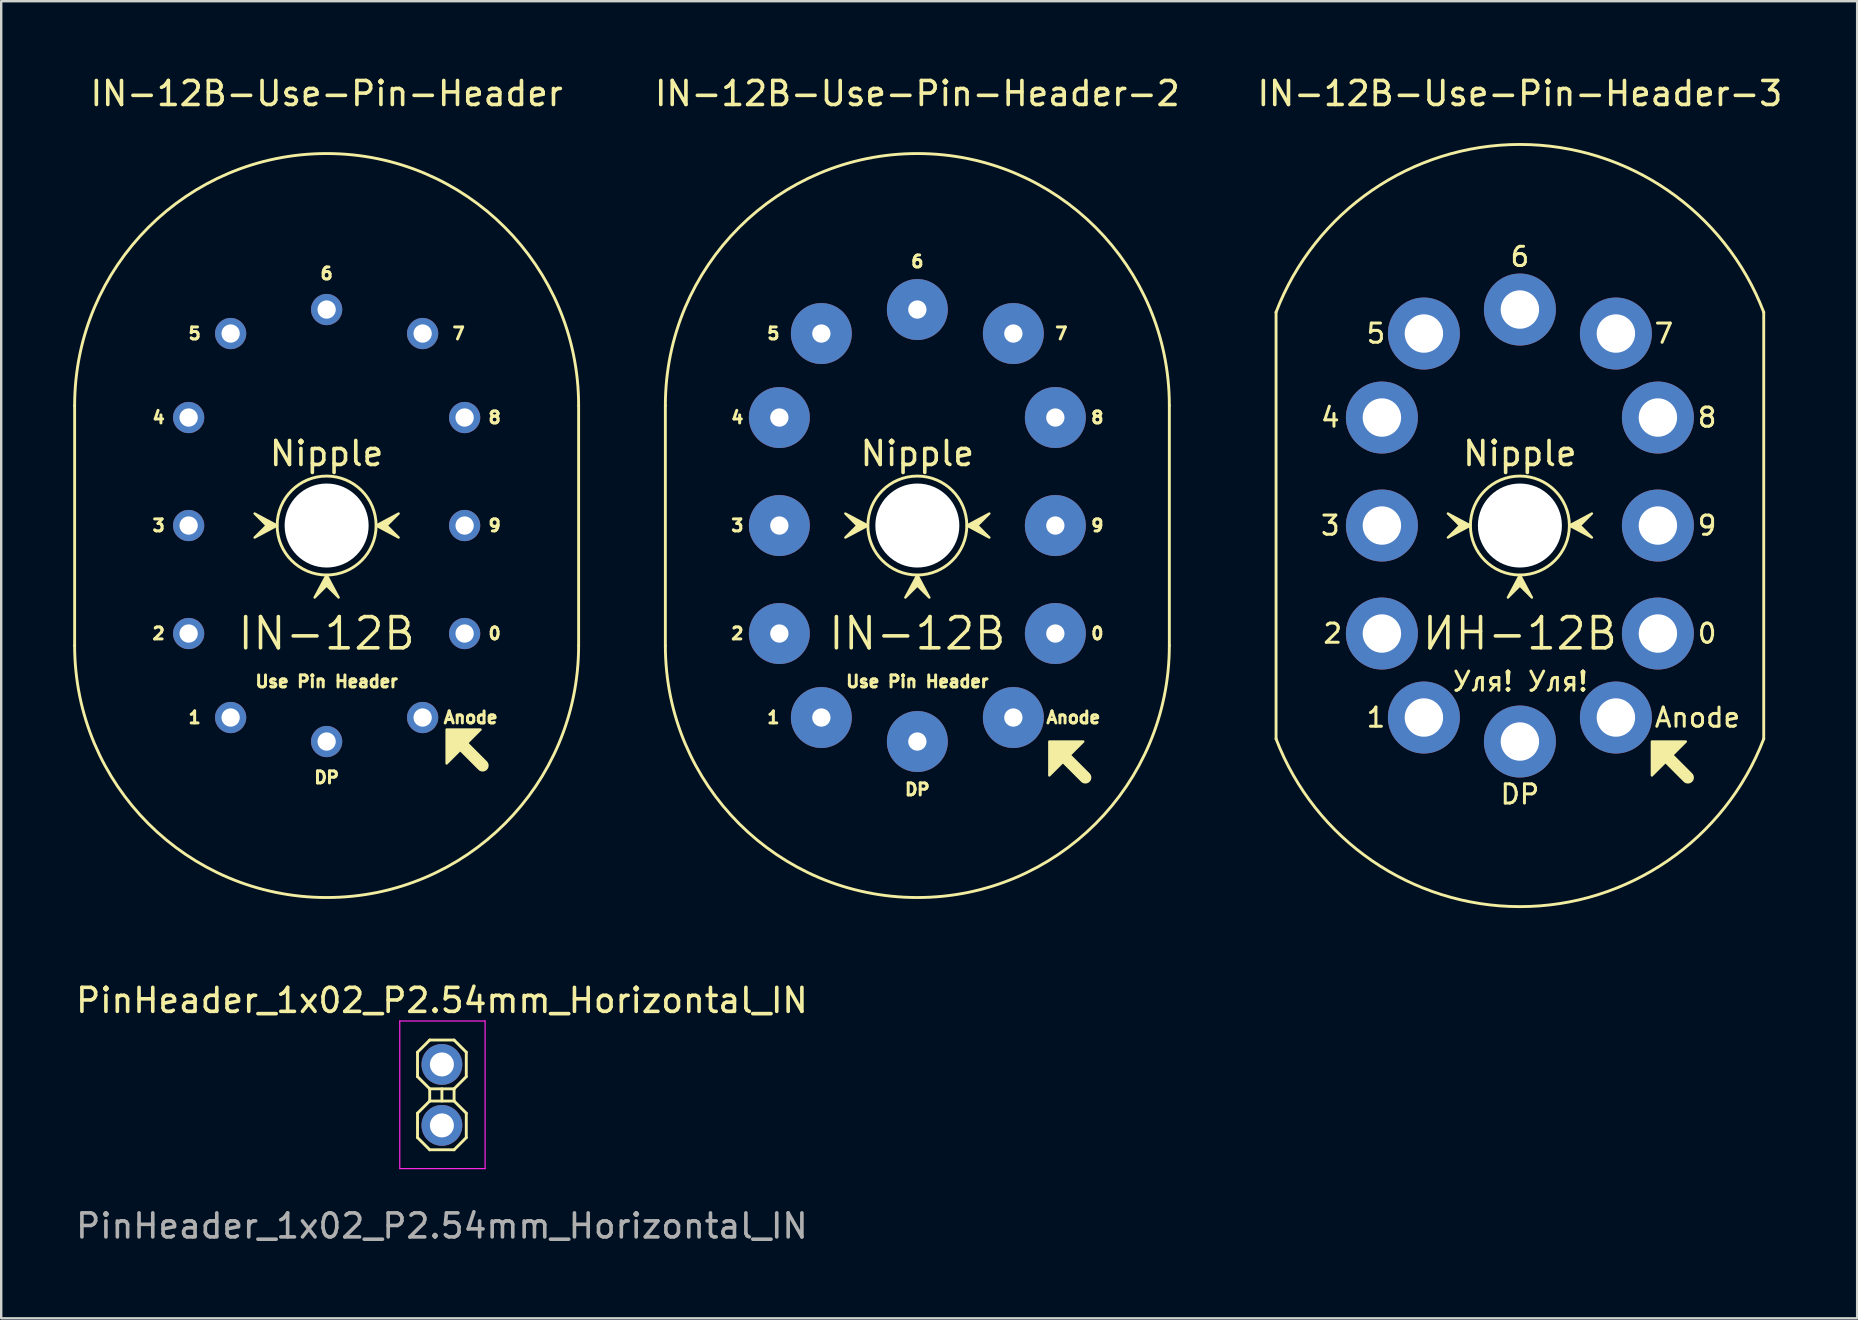
<source format=kicad_pcb>
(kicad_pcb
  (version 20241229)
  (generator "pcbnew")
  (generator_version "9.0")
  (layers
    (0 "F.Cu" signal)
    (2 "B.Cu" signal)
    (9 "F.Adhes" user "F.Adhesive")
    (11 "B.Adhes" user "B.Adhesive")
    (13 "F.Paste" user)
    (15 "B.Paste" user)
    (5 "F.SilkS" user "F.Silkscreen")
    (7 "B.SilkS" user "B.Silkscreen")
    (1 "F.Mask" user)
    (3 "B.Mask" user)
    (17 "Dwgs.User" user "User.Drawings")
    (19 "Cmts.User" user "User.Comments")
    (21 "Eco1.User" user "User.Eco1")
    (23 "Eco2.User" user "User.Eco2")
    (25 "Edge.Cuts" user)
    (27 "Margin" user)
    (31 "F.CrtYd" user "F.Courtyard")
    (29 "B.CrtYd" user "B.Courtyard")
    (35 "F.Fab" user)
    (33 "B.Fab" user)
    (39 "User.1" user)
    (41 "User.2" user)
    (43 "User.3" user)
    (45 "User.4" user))
  (footprint "PinHeader_1x02_P2.54mm_Horizontal_IN"
    (layer "F.Cu")
    (at 15.363 41.303)
    (property "Reference" "PinHeader_1x02_P2.54mm_Horizontal_IN" (at 0 -2.667 180) (layer "F.SilkS") (effects (font (size 1 1) (thickness 0.15))))
    (attr through_hole)
    (fp_line (start -1.016 -0.508) (end -0.508 -1.016) (stroke (width 0.12) (type solid)) (layer "F.SilkS"))
    (fp_line (start -1.016 0.508) (end -1.016 -0.508) (stroke (width 0.12) (type solid)) (layer "F.SilkS"))
    (fp_line (start -1.016 2.032) (end -0.508 1.524) (stroke (width 0.12) (type solid)) (layer "F.SilkS"))
    (fp_line (start -1.016 3.048) (end -1.016 2.032) (stroke (width 0.12) (type solid)) (layer "F.SilkS"))
    (fp_line (start -1.016 3.048) (end -0.508 3.556) (stroke (width 0.12) (type solid)) (layer "F.SilkS"))
    (fp_line (start -0.508 -1.016) (end 0.508 -1.016) (stroke (width 0.12) (type solid)) (layer "F.SilkS"))
    (fp_line (start -0.508 1.016) (end -1.016 0.508) (stroke (width 0.12) (type solid)) (layer "F.SilkS"))
    (fp_line (start -0.508 1.524) (end -0.508 1.016) (stroke (width 0.12) (type solid)) (layer "F.SilkS"))
    (fp_line (start 0 1.524) (end 0 1.016) (stroke (width 0.12) (type solid)) (layer "F.SilkS"))
    (fp_line (start 0.508 -1.016) (end 1.016 -0.508) (stroke (width 0.12) (type solid)) (layer "F.SilkS"))
    (fp_line (start 0.508 1.016) (end -0.508 1.016) (stroke (width 0.12) (type solid)) (layer "F.SilkS"))
    (fp_line (start 0.508 1.524) (end -0.508 1.524) (stroke (width 0.12) (type solid)) (layer "F.SilkS"))
    (fp_line (start 0.508 1.524) (end 0.508 1.016) (stroke (width 0.12) (type solid)) (layer "F.SilkS"))
    (fp_line (start 0.508 1.524) (end 1.016 2.032) (stroke (width 0.12) (type solid)) (layer "F.SilkS"))
    (fp_line (start 0.508 3.556) (end -0.508 3.556) (stroke (width 0.12) (type solid)) (layer "F.SilkS"))
    (fp_line (start 1.016 -0.508) (end 1.016 0.508) (stroke (width 0.12) (type solid)) (layer "F.SilkS"))
    (fp_line (start 1.016 0.508) (end 0.508 1.016) (stroke (width 0.12) (type solid)) (layer "F.SilkS"))
    (fp_line (start 1.016 3.048) (end 0.508 3.556) (stroke (width 0.12) (type solid)) (layer "F.SilkS"))
    (fp_line (start 1.016 3.048) (end 1.016 2.032) (stroke (width 0.12) (type solid)) (layer "F.SilkS"))
    (fp_line (start -1.756 4.34) (end -1.756 -1.81) (stroke (width 0.05) (type solid)) (layer "F.CrtYd"))
    (fp_line (start 1.8 -1.81) (end -1.756 -1.81) (stroke (width 0.05) (type solid)) (layer "F.CrtYd"))
    (fp_line (start 1.8 4.34) (end -1.756 4.34) (stroke (width 0.05) (type solid)) (layer "F.CrtYd"))
    (fp_line (start 1.8 4.34) (end 1.8 -1.81) (stroke (width 0.05) (type solid)) (layer "F.CrtYd"))
    (fp_text user "${REFERENCE}" (at 0 6.731 0) (layer "F.Fab") (effects (font (size 1 1) (thickness 0.15))))
    (pad "1" thru_hole oval (at 0 0 180) (size 1.7 1.7) (drill 1) (layers "*.Cu" "*.Mask"))
    (pad "2" thru_hole circle (at 0 2.54 180) (size 1.7 1.7) (drill 1) (layers "*.Cu" "*.Mask")))
  (footprint "IN-12B-Use-Pin-Header-3"
    (layer "F.Cu")
    (at 60.281 18.848)
    (property "Reference" "IN-12B-Use-Pin-Header-3" (at 0 -18 0) (layer "F.SilkS") (effects (font (size 1 1) (thickness 0.15))))
    (attr through_hole)
    (fp_line (start -10.16 -8.89) (end -10.16 8.89) (stroke (width 0.12) (type solid)) (layer "F.SilkS"))
    (fp_line (start 6 9.5) (end 7 10.5) (stroke (width 0.5) (type solid)) (layer "F.SilkS"))
    (fp_line (start 10.16 -8.89) (end 10.16 8.89) (stroke (width 0.12) (type solid)) (layer "F.SilkS"))
    (fp_arc (start -10.16 -8.889999) (mid 0 -15.879232) (end 10.16 -8.89) (stroke (width 0.12) (type solid)) (layer "F.SilkS"))
    (fp_arc (start 10.16 8.89) (mid 0 15.879233) (end -10.16 8.89) (stroke (width 0.12) (type solid)) (layer "F.SilkS"))
    (fp_circle (center 0 0) (end 2 0.5) (stroke (width 0.12) (type solid)) (fill no) (layer "F.SilkS"))
    (fp_poly (pts (xy -2.062 0) (xy -2.5 0) (xy -3 -0.5)) (stroke (width 0.1) (type solid)) (fill yes) (layer "F.SilkS"))
    (fp_poly (pts (xy -2.062 0) (xy -2.5 0) (xy -3 0.5)) (stroke (width 0.1) (type solid)) (fill yes) (layer "F.SilkS"))
    (fp_poly (pts (xy 0 2.062) (xy 0 2.5) (xy -0.5 3)) (stroke (width 0.1) (type solid)) (fill yes) (layer "F.SilkS"))
    (fp_poly (pts (xy 0 2.062) (xy 0 2.5) (xy 0.5 3)) (stroke (width 0.1) (type solid)) (fill yes) (layer "F.SilkS"))
    (fp_poly (pts (xy 2.062 0) (xy 2.5 0) (xy 3 0.5)) (stroke (width 0.1) (type solid)) (fill yes) (layer "F.SilkS"))
    (fp_poly (pts (xy 2.062 0) (xy 3 -0.5) (xy 2.5 0)) (stroke (width 0.1) (type solid)) (fill yes) (layer "F.SilkS"))
    (fp_poly (pts (xy 5.5 9) (xy 5.5 10.414) (xy 6.914 9)) (stroke (width 0.1) (type solid)) (fill yes) (layer "F.SilkS"))
    (fp_text user "Уля! Уля!" (at 0 6.5 0) (layer "F.SilkS") (effects (font (size 0.8 0.8) (thickness 0.125))))
    (fp_text user "0" (at 7.8 4.5 0) (layer "F.SilkS") (effects (font (size 0.8 0.8) (thickness 0.125))))
    (fp_text user "1" (at -6 8 0) (layer "F.SilkS") (effects (font (size 0.8 0.8) (thickness 0.125))))
    (fp_text user "8" (at 7.8 -4.5 0) (layer "F.SilkS") (effects (font (size 0.8 0.8) (thickness 0.125))))
    (fp_text user "Nipple" (at 0 -3 0) (layer "F.SilkS") (effects (font (size 1 1) (thickness 0.15))))
    (fp_text user "DP" (at 0 11.2 0) (layer "F.SilkS") (effects (font (size 0.8 0.8) (thickness 0.125))))
    (fp_text user "5" (at -6 -8 0) (layer "F.SilkS") (effects (font (size 0.8 0.8) (thickness 0.125))))
    (fp_text user "7" (at 6 -8 0) (layer "F.SilkS") (effects (font (size 0.8 0.8) (thickness 0.125))))
    (fp_text user "2" (at -7.8 4.5 0) (layer "F.SilkS") (effects (font (size 0.8 0.8) (thickness 0.125))))
    (fp_text user "3" (at -7.9 0 0) (layer "F.SilkS") (effects (font (size 0.8 0.8) (thickness 0.125))))
    (fp_text user "9" (at 7.8 0 0) (layer "F.SilkS") (effects (font (size 0.8 0.8) (thickness 0.125))))
    (fp_text user "Anode" (at 7.4 8 0) (layer "F.SilkS") (effects (font (size 0.8 0.8) (thickness 0.125))))
    (fp_text user "ИН-12B" (at 0 4.5 0) (layer "F.SilkS") (effects (font (size 1.3 1.3) (thickness 0.15))))
    (fp_text user "4" (at -7.9 -4.5 0) (layer "F.SilkS") (effects (font (size 0.8 0.8) (thickness 0.125))))
    (fp_text user "6" (at 0 -11.2 0) (layer "F.SilkS") (effects (font (size 0.8 0.8) (thickness 0.125))))
    (pad "" np_thru_hole circle (at 0 0) (size 3.5 3.5) (drill 3.5) (layers "*.Cu" "*.Mask"))
    (pad "1" thru_hole circle (at 4 8) (size 3 3) (drill 1.6) (layers "*.Cu" "*.Mask"))
    (pad "2" thru_hole circle (at 5.75 4.5) (size 3 3) (drill 1.6) (layers "*.Cu" "*.Mask"))
    (pad "3" thru_hole circle (at 5.75 0) (size 3 3) (drill 1.6) (layers "*.Cu" "*.Mask"))
    (pad "4" thru_hole circle (at 5.75 -4.5) (size 3 3) (drill 1.6) (layers "*.Cu" "*.Mask"))
    (pad "5" thru_hole circle (at 4 -8) (size 3 3) (drill 1.6) (layers "*.Cu" "*.Mask"))
    (pad "6" thru_hole circle (at 0 -9) (size 3 3) (drill 1.6) (layers "*.Cu" "*.Mask"))
    (pad "7" thru_hole circle (at -4 -8) (size 3 3) (drill 1.6) (layers "*.Cu" "*.Mask"))
    (pad "8" thru_hole circle (at -5.75 -4.5) (size 3 3) (drill 1.6) (layers "*.Cu" "*.Mask"))
    (pad "9" thru_hole circle (at -5.75 0) (size 3 3) (drill 1.6) (layers "*.Cu" "*.Mask"))
    (pad "10" thru_hole circle (at -5.75 4.5) (size 3 3) (drill 1.6) (layers "*.Cu" "*.Mask"))
    (pad "11" thru_hole circle (at -4 8) (size 3 3) (drill 1.6) (layers "*.Cu" "*.Mask"))
    (pad "12" thru_hole circle (at 0 9) (size 3 3) (drill 1.6) (layers "*.Cu" "*.Mask")))
  (footprint "IN-12B-Use-Pin-Header-2"
    (layer "F.Cu")
    (at 35.174 18.848)
    (property "Reference" "IN-12B-Use-Pin-Header-2" (at 0 -18 0) (layer "F.SilkS") (effects (font (size 1 1) (thickness 0.15))))
    (attr through_hole)
    (fp_line (start -10.5 -5) (end -10.5 5) (stroke (width 0.12) (type solid)) (layer "F.SilkS"))
    (fp_line (start 6 9.5) (end 7 10.5) (stroke (width 0.5) (type solid)) (layer "F.SilkS"))
    (fp_line (start 10.5 -5) (end 10.5 5) (stroke (width 0.12) (type solid)) (layer "F.SilkS"))
    (fp_arc (start -10.5 -5) (mid 0 -15.5) (end 10.5 -5) (stroke (width 0.12) (type solid)) (layer "F.SilkS"))
    (fp_arc (start 10.5 5) (mid 0 15.5) (end -10.5 5) (stroke (width 0.12) (type solid)) (layer "F.SilkS"))
    (fp_circle (center 0 0) (end 2 0.5) (stroke (width 0.12) (type solid)) (fill no) (layer "F.SilkS"))
    (fp_poly (pts (xy -2.062 0) (xy -2.5 0) (xy -3 -0.5)) (stroke (width 0.1) (type solid)) (fill yes) (layer "F.SilkS"))
    (fp_poly (pts (xy -2.062 0) (xy -2.5 0) (xy -3 0.5)) (stroke (width 0.1) (type solid)) (fill yes) (layer "F.SilkS"))
    (fp_poly (pts (xy 0 2.062) (xy 0 2.5) (xy -0.5 3)) (stroke (width 0.1) (type solid)) (fill yes) (layer "F.SilkS"))
    (fp_poly (pts (xy 0 2.062) (xy 0 2.5) (xy 0.5 3)) (stroke (width 0.1) (type solid)) (fill yes) (layer "F.SilkS"))
    (fp_poly (pts (xy 2.062 0) (xy 2.5 0) (xy 3 0.5)) (stroke (width 0.1) (type solid)) (fill yes) (layer "F.SilkS"))
    (fp_poly (pts (xy 2.062 0) (xy 3 -0.5) (xy 2.5 0)) (stroke (width 0.1) (type solid)) (fill yes) (layer "F.SilkS"))
    (fp_poly (pts (xy 5.5 9) (xy 5.5 10.414) (xy 6.914 9)) (stroke (width 0.1) (type solid)) (fill yes) (layer "F.SilkS"))
    (fp_text user "6" (at 0 -11 0) (layer "F.SilkS") (effects (font (size 0.5 0.5) (thickness 0.125))))
    (fp_text user "0" (at 7.5 4.5 0) (layer "F.SilkS") (effects (font (size 0.5 0.5) (thickness 0.125))))
    (fp_text user "Anode" (at 6.5 8 0) (layer "F.SilkS") (effects (font (size 0.5 0.5) (thickness 0.125))))
    (fp_text user "3" (at -7.5 0 0) (layer "F.SilkS") (effects (font (size 0.5 0.5) (thickness 0.125))))
    (fp_text user "Use Pin Header" (at 0 6.5 0) (layer "F.SilkS") (effects (font (size 0.5 0.5) (thickness 0.125))))
    (fp_text user "2" (at -7.5 4.5 0) (layer "F.SilkS") (effects (font (size 0.5 0.5) (thickness 0.125))))
    (fp_text user "1" (at -6 8 0) (layer "F.SilkS") (effects (font (size 0.5 0.5) (thickness 0.125))))
    (fp_text user "IN-12B" (at 0 4.5 0) (layer "F.SilkS") (effects (font (size 1.3 1.3) (thickness 0.15))))
    (fp_text user "DP" (at 0 11 0) (layer "F.SilkS") (effects (font (size 0.5 0.5) (thickness 0.125))))
    (fp_text user "8" (at 7.5 -4.5 0) (layer "F.SilkS") (effects (font (size 0.5 0.5) (thickness 0.125))))
    (fp_text user "9" (at 7.5 0 0) (layer "F.SilkS") (effects (font (size 0.5 0.5) (thickness 0.125))))
    (fp_text user "Nipple" (at 0 -3 0) (layer "F.SilkS") (effects (font (size 1 1) (thickness 0.15))))
    (fp_text user "7" (at 6 -8 0) (layer "F.SilkS") (effects (font (size 0.5 0.5) (thickness 0.125))))
    (fp_text user "4" (at -7.5 -4.5 0) (layer "F.SilkS") (effects (font (size 0.5 0.5) (thickness 0.125))))
    (fp_text user "5" (at -6 -8 0) (layer "F.SilkS") (effects (font (size 0.5 0.5) (thickness 0.125))))
    (pad "" np_thru_hole circle (at 0 0) (size 3.5 3.5) (drill 3.5) (layers "*.Cu" "*.Mask"))
    (pad "1" thru_hole circle (at 4 8) (size 2.54 2.54) (drill 0.762) (layers "*.Cu" "*.Mask"))
    (pad "2" thru_hole circle (at 5.75 4.5) (size 2.54 2.54) (drill 0.762) (layers "*.Cu" "*.Mask"))
    (pad "3" thru_hole circle (at 5.75 0) (size 2.54 2.54) (drill 0.762) (layers "*.Cu" "*.Mask"))
    (pad "4" thru_hole circle (at 5.75 -4.5) (size 2.54 2.54) (drill 0.762) (layers "*.Cu" "*.Mask"))
    (pad "5" thru_hole circle (at 4 -8) (size 2.54 2.54) (drill 0.762) (layers "*.Cu" "*.Mask"))
    (pad "6" thru_hole circle (at 0 -9) (size 2.54 2.54) (drill 0.762) (layers "*.Cu" "*.Mask"))
    (pad "7" thru_hole circle (at -4 -8) (size 2.54 2.54) (drill 0.762) (layers "*.Cu" "*.Mask"))
    (pad "8" thru_hole circle (at -5.75 -4.5) (size 2.54 2.54) (drill 0.762) (layers "*.Cu" "*.Mask"))
    (pad "9" thru_hole circle (at -5.75 0) (size 2.54 2.54) (drill 0.762) (layers "*.Cu" "*.Mask"))
    (pad "10" thru_hole circle (at -5.75 4.5) (size 2.54 2.54) (drill 0.762) (layers "*.Cu" "*.Mask"))
    (pad "11" thru_hole circle (at -4 8) (size 2.54 2.54) (drill 0.762) (layers "*.Cu" "*.Mask"))
    (pad "12" thru_hole circle (at 0 9) (size 2.54 2.54) (drill 0.762) (layers "*.Cu" "*.Mask")))
  (footprint "IN-12B-Use-Pin-Header"
    (layer "F.Cu")
    (at 10.56 18.848)
    (property "Reference" "IN-12B-Use-Pin-Header" (at 0 -18 0) (layer "F.SilkS") (effects (font (size 1 1) (thickness 0.15))))
    (attr through_hole)
    (fp_line (start -10.5 -5) (end -10.5 5) (stroke (width 0.12) (type solid)) (layer "F.SilkS"))
    (fp_line (start 5.5 9) (end 6.5 10) (stroke (width 0.5) (type solid)) (layer "F.SilkS"))
    (fp_line (start 10.5 -5) (end 10.5 5) (stroke (width 0.12) (type solid)) (layer "F.SilkS"))
    (fp_arc (start -10.5 -5) (mid 0 -15.5) (end 10.5 -5) (stroke (width 0.12) (type solid)) (layer "F.SilkS"))
    (fp_arc (start 10.5 5) (mid 0 15.5) (end -10.5 5) (stroke (width 0.12) (type solid)) (layer "F.SilkS"))
    (fp_circle (center 0 0) (end 2 0.5) (stroke (width 0.12) (type solid)) (fill no) (layer "F.SilkS"))
    (fp_poly (pts (xy -2.062 0) (xy -2.5 0) (xy -3 -0.5)) (stroke (width 0.1) (type solid)) (fill yes) (layer "F.SilkS"))
    (fp_poly (pts (xy -2.062 0) (xy -2.5 0) (xy -3 0.5)) (stroke (width 0.1) (type solid)) (fill yes) (layer "F.SilkS"))
    (fp_poly (pts (xy 0 2.062) (xy 0 2.5) (xy -0.5 3)) (stroke (width 0.1) (type solid)) (fill yes) (layer "F.SilkS"))
    (fp_poly (pts (xy 0 2.062) (xy 0 2.5) (xy 0.5 3)) (stroke (width 0.1) (type solid)) (fill yes) (layer "F.SilkS"))
    (fp_poly (pts (xy 2.062 0) (xy 2.5 0) (xy 3 0.5)) (stroke (width 0.1) (type solid)) (fill yes) (layer "F.SilkS"))
    (fp_poly (pts (xy 2.062 0) (xy 3 -0.5) (xy 2.5 0)) (stroke (width 0.1) (type solid)) (fill yes) (layer "F.SilkS"))
    (fp_poly (pts (xy 5 8.5) (xy 5 9.914) (xy 6.414 8.5)) (stroke (width 0.1) (type solid)) (fill yes) (layer "F.SilkS"))
    (fp_text user "4" (at -7 -4.5 0) (layer "F.SilkS") (effects (font (size 0.5 0.5) (thickness 0.125))))
    (fp_text user "Anode" (at 6 8 0) (layer "F.SilkS") (effects (font (size 0.5 0.5) (thickness 0.125))))
    (fp_text user "1" (at -5.5 8 0) (layer "F.SilkS") (effects (font (size 0.5 0.5) (thickness 0.125))))
    (fp_text user "IN-12B" (at 0 4.5 0) (layer "F.SilkS") (effects (font (size 1.3 1.3) (thickness 0.15))))
    (fp_text user "6" (at 0 -10.5 0) (layer "F.SilkS") (effects (font (size 0.5 0.5) (thickness 0.125))))
    (fp_text user "5" (at -5.5 -8 0) (layer "F.SilkS") (effects (font (size 0.5 0.5) (thickness 0.125))))
    (fp_text user "9" (at 7 0 0) (layer "F.SilkS") (effects (font (size 0.5 0.5) (thickness 0.125))))
    (fp_text user "7" (at 5.5 -8 0) (layer "F.SilkS") (effects (font (size 0.5 0.5) (thickness 0.125))))
    (fp_text user "8" (at 7 -4.5 0) (layer "F.SilkS") (effects (font (size 0.5 0.5) (thickness 0.125))))
    (fp_text user "DP" (at 0 10.5 0) (layer "F.SilkS") (effects (font (size 0.5 0.5) (thickness 0.125))))
    (fp_text user "Nipple" (at 0 -3 0) (layer "F.SilkS") (effects (font (size 1 1) (thickness 0.15))))
    (fp_text user "0" (at 7 4.5 0) (layer "F.SilkS") (effects (font (size 0.5 0.5) (thickness 0.125))))
    (fp_text user "3" (at -7 0 0) (layer "F.SilkS") (effects (font (size 0.5 0.5) (thickness 0.125))))
    (fp_text user "Use Pin Header" (at 0 6.5 0) (layer "F.SilkS") (effects (font (size 0.5 0.5) (thickness 0.125))))
    (fp_text user "2" (at -7 4.5 0) (layer "F.SilkS") (effects (font (size 0.5 0.5) (thickness 0.125))))
    (pad "" np_thru_hole circle (at 0 0) (size 3.5 3.5) (drill 3.5) (layers "*.Cu" "*.Mask"))
    (pad "1" thru_hole circle (at 4 8) (size 1.3 1.3) (drill 0.762) (layers "*.Cu" "*.Mask"))
    (pad "2" thru_hole circle (at 5.75 4.5) (size 1.3 1.3) (drill 0.762) (layers "*.Cu" "*.Mask"))
    (pad "3" thru_hole circle (at 5.75 0) (size 1.3 1.3) (drill 0.762) (layers "*.Cu" "*.Mask"))
    (pad "4" thru_hole circle (at 5.75 -4.5) (size 1.3 1.3) (drill 0.762) (layers "*.Cu" "*.Mask"))
    (pad "5" thru_hole circle (at 4 -8) (size 1.3 1.3) (drill 0.762) (layers "*.Cu" "*.Mask"))
    (pad "6" thru_hole circle (at 0 -9) (size 1.3 1.3) (drill 0.762) (layers "*.Cu" "*.Mask"))
    (pad "7" thru_hole circle (at -4 -8) (size 1.3 1.3) (drill 0.762) (layers "*.Cu" "*.Mask"))
    (pad "8" thru_hole circle (at -5.75 -4.5) (size 1.3 1.3) (drill 0.762) (layers "*.Cu" "*.Mask"))
    (pad "9" thru_hole circle (at -5.75 0) (size 1.3 1.3) (drill 0.762) (layers "*.Cu" "*.Mask"))
    (pad "10" thru_hole circle (at -5.75 4.5) (size 1.3 1.3) (drill 0.762) (layers "*.Cu" "*.Mask"))
    (pad "11" thru_hole circle (at -4 8) (size 1.3 1.3) (drill 0.762) (layers "*.Cu" "*.Mask"))
    (pad "12" thru_hole circle (at 0 9) (size 1.3 1.3) (drill 0.762) (layers "*.Cu" "*.Mask")))
  (gr_rect
    (start -3 -3)
    (end 74.334 51.882)
    (stroke (width 0.1) (type default))
    (fill no)
    (layer "Edge.Cuts")))
</source>
